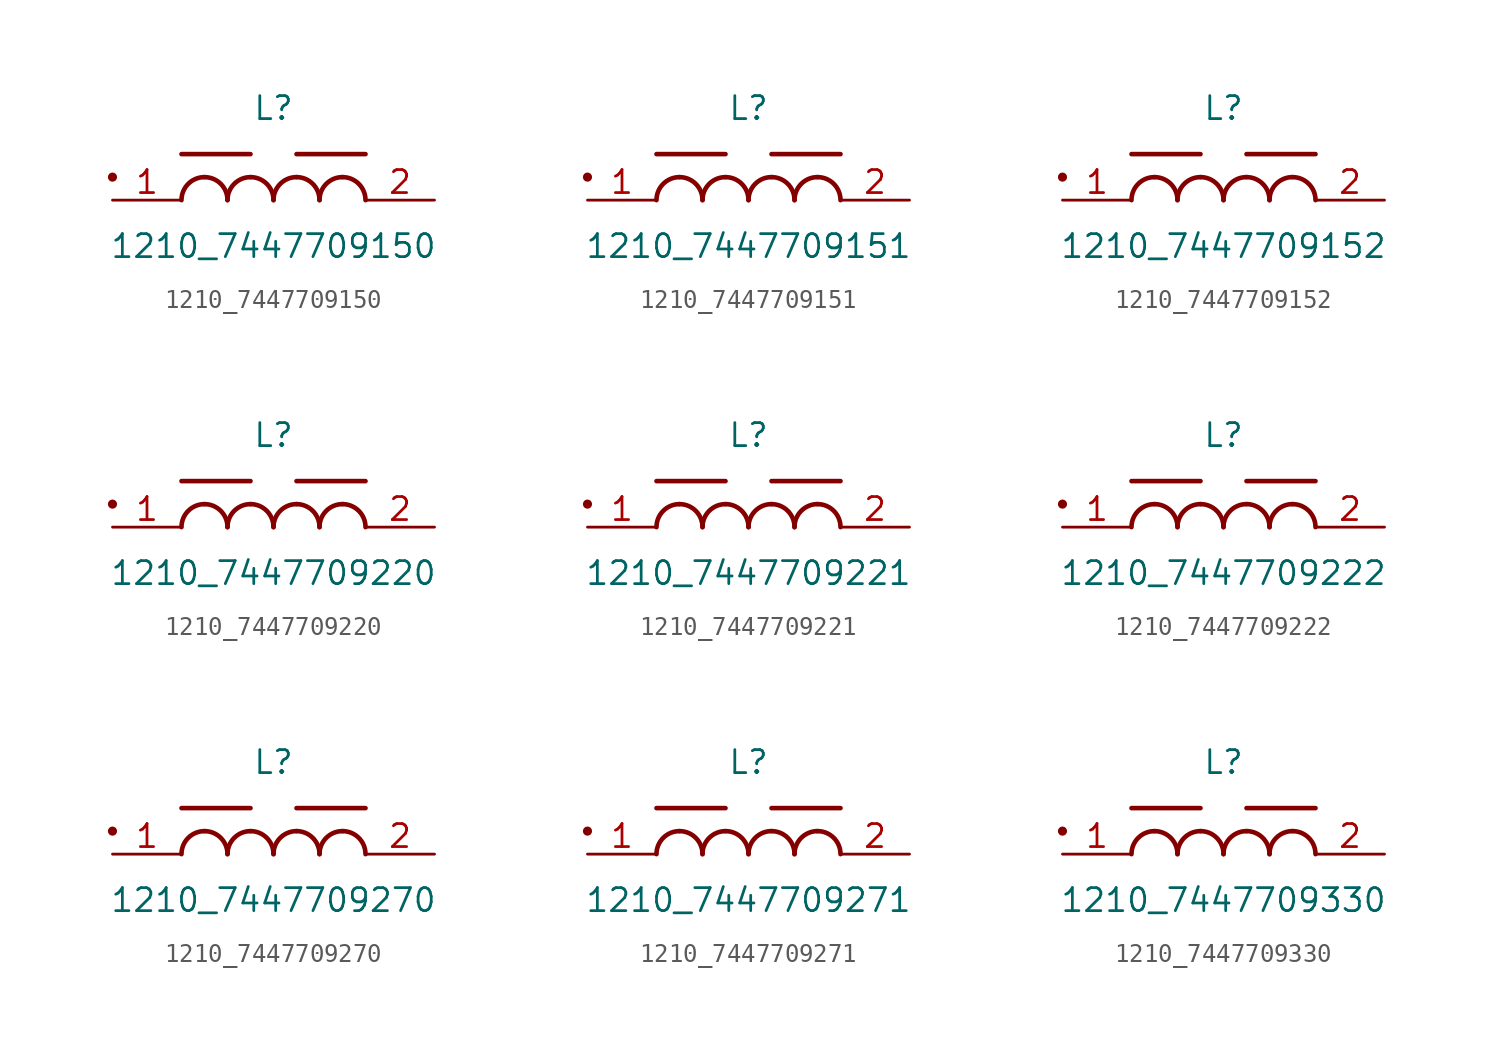
<source format=kicad_sym>
(kicad_symbol_lib
  (version 20211014)
  (generator kicad_symbol_editor)
  (symbol "Inductor_Wurth_WE-PD:1210_7447709150"
    (pin_names hide)
    (property "Reference" "L"
      (at 0 5.08 0)
      (effects (font (size 1.27 1.27))))
    (property "Value" "1210_7447709150"
      (at 0 -2.54 0)
      (effects (font (size 1.27 1.27))))
    (symbol "1210_7447709150_0_1"
      (circle (center -8.89 1.27) (radius 0.0001) (stroke (width 0.254)) (stroke (width 0.254) (type default) (color 0 0 0 0)) (fill (type none)))
      (arc (start -3.81 1.27) (mid -4.708 0.898) (end -5.08 0) (stroke (width 0.254) (type default) (color 0 0 0 0)) (fill (type none)))
      (arc (start -2.54 0) (mid -2.912 0.898) (end -3.81 1.27) (stroke (width 0.254) (type default) (color 0 0 0 0)) (fill (type none)))
      (arc (start -1.2699 1.2701) (mid -2.1679 0.8981) (end -2.5399 0.0001) (stroke (width 0.254) (type default) (color 0 0 0 0)) (fill (type none)))
      (polyline (pts (xy -5.08 2.54) (xy -1.27 2.54)) (stroke (width 0.254) (type default) (color 0 0 0 0)) (fill (type none)))
      (polyline (pts (xy 5.08 2.54) (xy 1.27 2.54)) (stroke (width 0.254) (type default) (color 0 0 0 0)) (fill (type none)))
      (arc (start 0.0001 0.0001) (mid -0.3719 0.8981) (end -1.2699 1.2701) (stroke (width 0.254) (type default) (color 0 0 0 0)) (fill (type none)))
      (arc (start 1.2701 1.2701) (mid 0.3721 0.8981) (end 0.0001 0.0001) (stroke (width 0.254) (type default) (color 0 0 0 0)) (fill (type none)))
      (arc (start 2.5401 0.0001) (mid 2.1681 0.8981) (end 1.2701 1.2701) (stroke (width 0.254) (type default) (color 0 0 0 0)) (fill (type none)))
      (arc (start 3.8101 1.2701) (mid 2.9121 0.8981) (end 2.5401 0.0001) (stroke (width 0.254) (type default) (color 0 0 0 0)) (fill (type none)))
      (arc (start 5.0801 0.0001) (mid 4.7081 0.8981) (end 3.8101 1.2701) (stroke (width 0.254) (type default) (color 0 0 0 0)) (fill (type none))))
    (symbol "1210_7447709150_1_1"
      (pin passive line (at -8.89 0 0) (length 3.81) (name "1" (effects (font (size 1.27 1.27)))) (number "1" (effects (font (size 1.27 1.27)))))
      (pin passive line (at 8.89 0 180) (length 3.81) (name "2" (effects (font (size 1.27 1.27)))) (number "2" (effects (font (size 1.27 1.27)))))))
  (symbol "Inductor_Wurth_WE-PD:1210_7447709151"
    (pin_names hide)
    (property "Reference" "L"
      (at 0 5.08 0)
      (effects (font (size 1.27 1.27))))
    (property "Value" "1210_7447709151"
      (at 0 -2.54 0)
      (effects (font (size 1.27 1.27))))
    (symbol "1210_7447709151_0_1"
      (circle (center -8.89 1.27) (radius 0.0001) (stroke (width 0.254)) (stroke (width 0.254) (type default) (color 0 0 0 0)) (fill (type none)))
      (arc (start -3.81 1.27) (mid -4.708 0.898) (end -5.08 0) (stroke (width 0.254) (type default) (color 0 0 0 0)) (fill (type none)))
      (arc (start -2.54 0) (mid -2.912 0.898) (end -3.81 1.27) (stroke (width 0.254) (type default) (color 0 0 0 0)) (fill (type none)))
      (arc (start -1.2699 1.2701) (mid -2.1679 0.8981) (end -2.5399 0.0001) (stroke (width 0.254) (type default) (color 0 0 0 0)) (fill (type none)))
      (polyline (pts (xy -5.08 2.54) (xy -1.27 2.54)) (stroke (width 0.254) (type default) (color 0 0 0 0)) (fill (type none)))
      (polyline (pts (xy 5.08 2.54) (xy 1.27 2.54)) (stroke (width 0.254) (type default) (color 0 0 0 0)) (fill (type none)))
      (arc (start 0.0001 0.0001) (mid -0.3719 0.8981) (end -1.2699 1.2701) (stroke (width 0.254) (type default) (color 0 0 0 0)) (fill (type none)))
      (arc (start 1.2701 1.2701) (mid 0.3721 0.8981) (end 0.0001 0.0001) (stroke (width 0.254) (type default) (color 0 0 0 0)) (fill (type none)))
      (arc (start 2.5401 0.0001) (mid 2.1681 0.8981) (end 1.2701 1.2701) (stroke (width 0.254) (type default) (color 0 0 0 0)) (fill (type none)))
      (arc (start 3.8101 1.2701) (mid 2.9121 0.8981) (end 2.5401 0.0001) (stroke (width 0.254) (type default) (color 0 0 0 0)) (fill (type none)))
      (arc (start 5.0801 0.0001) (mid 4.7081 0.8981) (end 3.8101 1.2701) (stroke (width 0.254) (type default) (color 0 0 0 0)) (fill (type none))))
    (symbol "1210_7447709151_1_1"
      (pin passive line (at -8.89 0 0) (length 3.81) (name "1" (effects (font (size 1.27 1.27)))) (number "1" (effects (font (size 1.27 1.27)))))
      (pin passive line (at 8.89 0 180) (length 3.81) (name "2" (effects (font (size 1.27 1.27)))) (number "2" (effects (font (size 1.27 1.27)))))))
  (symbol "Inductor_Wurth_WE-PD:1210_7447709152"
    (pin_names hide)
    (property "Reference" "L"
      (at 0 5.08 0)
      (effects (font (size 1.27 1.27))))
    (property "Value" "1210_7447709152"
      (at 0 -2.54 0)
      (effects (font (size 1.27 1.27))))
    (symbol "1210_7447709152_0_1"
      (circle (center -8.89 1.27) (radius 0.0001) (stroke (width 0.254)) (stroke (width 0.254) (type default) (color 0 0 0 0)) (fill (type none)))
      (arc (start -3.81 1.27) (mid -4.708 0.898) (end -5.08 0) (stroke (width 0.254) (type default) (color 0 0 0 0)) (fill (type none)))
      (arc (start -2.54 0) (mid -2.912 0.898) (end -3.81 1.27) (stroke (width 0.254) (type default) (color 0 0 0 0)) (fill (type none)))
      (arc (start -1.2699 1.2701) (mid -2.1679 0.8981) (end -2.5399 0.0001) (stroke (width 0.254) (type default) (color 0 0 0 0)) (fill (type none)))
      (polyline (pts (xy -5.08 2.54) (xy -1.27 2.54)) (stroke (width 0.254) (type default) (color 0 0 0 0)) (fill (type none)))
      (polyline (pts (xy 5.08 2.54) (xy 1.27 2.54)) (stroke (width 0.254) (type default) (color 0 0 0 0)) (fill (type none)))
      (arc (start 0.0001 0.0001) (mid -0.3719 0.8981) (end -1.2699 1.2701) (stroke (width 0.254) (type default) (color 0 0 0 0)) (fill (type none)))
      (arc (start 1.2701 1.2701) (mid 0.3721 0.8981) (end 0.0001 0.0001) (stroke (width 0.254) (type default) (color 0 0 0 0)) (fill (type none)))
      (arc (start 2.5401 0.0001) (mid 2.1681 0.8981) (end 1.2701 1.2701) (stroke (width 0.254) (type default) (color 0 0 0 0)) (fill (type none)))
      (arc (start 3.8101 1.2701) (mid 2.9121 0.8981) (end 2.5401 0.0001) (stroke (width 0.254) (type default) (color 0 0 0 0)) (fill (type none)))
      (arc (start 5.0801 0.0001) (mid 4.7081 0.8981) (end 3.8101 1.2701) (stroke (width 0.254) (type default) (color 0 0 0 0)) (fill (type none))))
    (symbol "1210_7447709152_1_1"
      (pin passive line (at -8.89 0 0) (length 3.81) (name "1" (effects (font (size 1.27 1.27)))) (number "1" (effects (font (size 1.27 1.27)))))
      (pin passive line (at 8.89 0 180) (length 3.81) (name "2" (effects (font (size 1.27 1.27)))) (number "2" (effects (font (size 1.27 1.27)))))))
  (symbol "Inductor_Wurth_WE-PD:1210_7447709220"
    (pin_names hide)
    (property "Reference" "L"
      (at 0 5.08 0)
      (effects (font (size 1.27 1.27))))
    (property "Value" "1210_7447709220"
      (at 0 -2.54 0)
      (effects (font (size 1.27 1.27))))
    (symbol "1210_7447709220_0_1"
      (circle (center -8.89 1.27) (radius 0.0001) (stroke (width 0.254)) (stroke (width 0.254) (type default) (color 0 0 0 0)) (fill (type none)))
      (arc (start -3.81 1.27) (mid -4.708 0.898) (end -5.08 0) (stroke (width 0.254) (type default) (color 0 0 0 0)) (fill (type none)))
      (arc (start -2.54 0) (mid -2.912 0.898) (end -3.81 1.27) (stroke (width 0.254) (type default) (color 0 0 0 0)) (fill (type none)))
      (arc (start -1.2699 1.2701) (mid -2.1679 0.8981) (end -2.5399 0.0001) (stroke (width 0.254) (type default) (color 0 0 0 0)) (fill (type none)))
      (polyline (pts (xy -5.08 2.54) (xy -1.27 2.54)) (stroke (width 0.254) (type default) (color 0 0 0 0)) (fill (type none)))
      (polyline (pts (xy 5.08 2.54) (xy 1.27 2.54)) (stroke (width 0.254) (type default) (color 0 0 0 0)) (fill (type none)))
      (arc (start 0.0001 0.0001) (mid -0.3719 0.8981) (end -1.2699 1.2701) (stroke (width 0.254) (type default) (color 0 0 0 0)) (fill (type none)))
      (arc (start 1.2701 1.2701) (mid 0.3721 0.8981) (end 0.0001 0.0001) (stroke (width 0.254) (type default) (color 0 0 0 0)) (fill (type none)))
      (arc (start 2.5401 0.0001) (mid 2.1681 0.8981) (end 1.2701 1.2701) (stroke (width 0.254) (type default) (color 0 0 0 0)) (fill (type none)))
      (arc (start 3.8101 1.2701) (mid 2.9121 0.8981) (end 2.5401 0.0001) (stroke (width 0.254) (type default) (color 0 0 0 0)) (fill (type none)))
      (arc (start 5.0801 0.0001) (mid 4.7081 0.8981) (end 3.8101 1.2701) (stroke (width 0.254) (type default) (color 0 0 0 0)) (fill (type none))))
    (symbol "1210_7447709220_1_1"
      (pin passive line (at -8.89 0 0) (length 3.81) (name "1" (effects (font (size 1.27 1.27)))) (number "1" (effects (font (size 1.27 1.27)))))
      (pin passive line (at 8.89 0 180) (length 3.81) (name "2" (effects (font (size 1.27 1.27)))) (number "2" (effects (font (size 1.27 1.27)))))))
  (symbol "Inductor_Wurth_WE-PD:1210_7447709221"
    (pin_names hide)
    (property "Reference" "L"
      (at 0 5.08 0)
      (effects (font (size 1.27 1.27))))
    (property "Value" "1210_7447709221"
      (at 0 -2.54 0)
      (effects (font (size 1.27 1.27))))
    (symbol "1210_7447709221_0_1"
      (circle (center -8.89 1.27) (radius 0.0001) (stroke (width 0.254)) (stroke (width 0.254) (type default) (color 0 0 0 0)) (fill (type none)))
      (arc (start -3.81 1.27) (mid -4.708 0.898) (end -5.08 0) (stroke (width 0.254) (type default) (color 0 0 0 0)) (fill (type none)))
      (arc (start -2.54 0) (mid -2.912 0.898) (end -3.81 1.27) (stroke (width 0.254) (type default) (color 0 0 0 0)) (fill (type none)))
      (arc (start -1.2699 1.2701) (mid -2.1679 0.8981) (end -2.5399 0.0001) (stroke (width 0.254) (type default) (color 0 0 0 0)) (fill (type none)))
      (polyline (pts (xy -5.08 2.54) (xy -1.27 2.54)) (stroke (width 0.254) (type default) (color 0 0 0 0)) (fill (type none)))
      (polyline (pts (xy 5.08 2.54) (xy 1.27 2.54)) (stroke (width 0.254) (type default) (color 0 0 0 0)) (fill (type none)))
      (arc (start 0.0001 0.0001) (mid -0.3719 0.8981) (end -1.2699 1.2701) (stroke (width 0.254) (type default) (color 0 0 0 0)) (fill (type none)))
      (arc (start 1.2701 1.2701) (mid 0.3721 0.8981) (end 0.0001 0.0001) (stroke (width 0.254) (type default) (color 0 0 0 0)) (fill (type none)))
      (arc (start 2.5401 0.0001) (mid 2.1681 0.8981) (end 1.2701 1.2701) (stroke (width 0.254) (type default) (color 0 0 0 0)) (fill (type none)))
      (arc (start 3.8101 1.2701) (mid 2.9121 0.8981) (end 2.5401 0.0001) (stroke (width 0.254) (type default) (color 0 0 0 0)) (fill (type none)))
      (arc (start 5.0801 0.0001) (mid 4.7081 0.8981) (end 3.8101 1.2701) (stroke (width 0.254) (type default) (color 0 0 0 0)) (fill (type none))))
    (symbol "1210_7447709221_1_1"
      (pin passive line (at -8.89 0 0) (length 3.81) (name "1" (effects (font (size 1.27 1.27)))) (number "1" (effects (font (size 1.27 1.27)))))
      (pin passive line (at 8.89 0 180) (length 3.81) (name "2" (effects (font (size 1.27 1.27)))) (number "2" (effects (font (size 1.27 1.27)))))))
  (symbol "Inductor_Wurth_WE-PD:1210_7447709222"
    (pin_names hide)
    (property "Reference" "L"
      (at 0 5.08 0)
      (effects (font (size 1.27 1.27))))
    (property "Value" "1210_7447709222"
      (at 0 -2.54 0)
      (effects (font (size 1.27 1.27))))
    (symbol "1210_7447709222_0_1"
      (circle (center -8.89 1.27) (radius 0.0001) (stroke (width 0.254)) (stroke (width 0.254) (type default) (color 0 0 0 0)) (fill (type none)))
      (arc (start -3.81 1.27) (mid -4.708 0.898) (end -5.08 0) (stroke (width 0.254) (type default) (color 0 0 0 0)) (fill (type none)))
      (arc (start -2.54 0) (mid -2.912 0.898) (end -3.81 1.27) (stroke (width 0.254) (type default) (color 0 0 0 0)) (fill (type none)))
      (arc (start -1.2699 1.2701) (mid -2.1679 0.8981) (end -2.5399 0.0001) (stroke (width 0.254) (type default) (color 0 0 0 0)) (fill (type none)))
      (polyline (pts (xy -5.08 2.54) (xy -1.27 2.54)) (stroke (width 0.254) (type default) (color 0 0 0 0)) (fill (type none)))
      (polyline (pts (xy 5.08 2.54) (xy 1.27 2.54)) (stroke (width 0.254) (type default) (color 0 0 0 0)) (fill (type none)))
      (arc (start 0.0001 0.0001) (mid -0.3719 0.8981) (end -1.2699 1.2701) (stroke (width 0.254) (type default) (color 0 0 0 0)) (fill (type none)))
      (arc (start 1.2701 1.2701) (mid 0.3721 0.8981) (end 0.0001 0.0001) (stroke (width 0.254) (type default) (color 0 0 0 0)) (fill (type none)))
      (arc (start 2.5401 0.0001) (mid 2.1681 0.8981) (end 1.2701 1.2701) (stroke (width 0.254) (type default) (color 0 0 0 0)) (fill (type none)))
      (arc (start 3.8101 1.2701) (mid 2.9121 0.8981) (end 2.5401 0.0001) (stroke (width 0.254) (type default) (color 0 0 0 0)) (fill (type none)))
      (arc (start 5.0801 0.0001) (mid 4.7081 0.8981) (end 3.8101 1.2701) (stroke (width 0.254) (type default) (color 0 0 0 0)) (fill (type none))))
    (symbol "1210_7447709222_1_1"
      (pin passive line (at -8.89 0 0) (length 3.81) (name "1" (effects (font (size 1.27 1.27)))) (number "1" (effects (font (size 1.27 1.27)))))
      (pin passive line (at 8.89 0 180) (length 3.81) (name "2" (effects (font (size 1.27 1.27)))) (number "2" (effects (font (size 1.27 1.27)))))))
  (symbol "Inductor_Wurth_WE-PD:1210_7447709270"
    (pin_names hide)
    (property "Reference" "L"
      (at 0 5.08 0)
      (effects (font (size 1.27 1.27))))
    (property "Value" "1210_7447709270"
      (at 0 -2.54 0)
      (effects (font (size 1.27 1.27))))
    (symbol "1210_7447709270_0_1"
      (circle (center -8.89 1.27) (radius 0.0001) (stroke (width 0.254)) (stroke (width 0.254) (type default) (color 0 0 0 0)) (fill (type none)))
      (arc (start -3.81 1.27) (mid -4.708 0.898) (end -5.08 0) (stroke (width 0.254) (type default) (color 0 0 0 0)) (fill (type none)))
      (arc (start -2.54 0) (mid -2.912 0.898) (end -3.81 1.27) (stroke (width 0.254) (type default) (color 0 0 0 0)) (fill (type none)))
      (arc (start -1.2699 1.2701) (mid -2.1679 0.8981) (end -2.5399 0.0001) (stroke (width 0.254) (type default) (color 0 0 0 0)) (fill (type none)))
      (polyline (pts (xy -5.08 2.54) (xy -1.27 2.54)) (stroke (width 0.254) (type default) (color 0 0 0 0)) (fill (type none)))
      (polyline (pts (xy 5.08 2.54) (xy 1.27 2.54)) (stroke (width 0.254) (type default) (color 0 0 0 0)) (fill (type none)))
      (arc (start 0.0001 0.0001) (mid -0.3719 0.8981) (end -1.2699 1.2701) (stroke (width 0.254) (type default) (color 0 0 0 0)) (fill (type none)))
      (arc (start 1.2701 1.2701) (mid 0.3721 0.8981) (end 0.0001 0.0001) (stroke (width 0.254) (type default) (color 0 0 0 0)) (fill (type none)))
      (arc (start 2.5401 0.0001) (mid 2.1681 0.8981) (end 1.2701 1.2701) (stroke (width 0.254) (type default) (color 0 0 0 0)) (fill (type none)))
      (arc (start 3.8101 1.2701) (mid 2.9121 0.8981) (end 2.5401 0.0001) (stroke (width 0.254) (type default) (color 0 0 0 0)) (fill (type none)))
      (arc (start 5.0801 0.0001) (mid 4.7081 0.8981) (end 3.8101 1.2701) (stroke (width 0.254) (type default) (color 0 0 0 0)) (fill (type none))))
    (symbol "1210_7447709270_1_1"
      (pin passive line (at -8.89 0 0) (length 3.81) (name "1" (effects (font (size 1.27 1.27)))) (number "1" (effects (font (size 1.27 1.27)))))
      (pin passive line (at 8.89 0 180) (length 3.81) (name "2" (effects (font (size 1.27 1.27)))) (number "2" (effects (font (size 1.27 1.27)))))))
  (symbol "Inductor_Wurth_WE-PD:1210_7447709271"
    (pin_names hide)
    (property "Reference" "L"
      (at 0 5.08 0)
      (effects (font (size 1.27 1.27))))
    (property "Value" "1210_7447709271"
      (at 0 -2.54 0)
      (effects (font (size 1.27 1.27))))
    (symbol "1210_7447709271_0_1"
      (circle (center -8.89 1.27) (radius 0.0001) (stroke (width 0.254)) (stroke (width 0.254) (type default) (color 0 0 0 0)) (fill (type none)))
      (arc (start -3.81 1.27) (mid -4.708 0.898) (end -5.08 0) (stroke (width 0.254) (type default) (color 0 0 0 0)) (fill (type none)))
      (arc (start -2.54 0) (mid -2.912 0.898) (end -3.81 1.27) (stroke (width 0.254) (type default) (color 0 0 0 0)) (fill (type none)))
      (arc (start -1.2699 1.2701) (mid -2.1679 0.8981) (end -2.5399 0.0001) (stroke (width 0.254) (type default) (color 0 0 0 0)) (fill (type none)))
      (polyline (pts (xy -5.08 2.54) (xy -1.27 2.54)) (stroke (width 0.254) (type default) (color 0 0 0 0)) (fill (type none)))
      (polyline (pts (xy 5.08 2.54) (xy 1.27 2.54)) (stroke (width 0.254) (type default) (color 0 0 0 0)) (fill (type none)))
      (arc (start 0.0001 0.0001) (mid -0.3719 0.8981) (end -1.2699 1.2701) (stroke (width 0.254) (type default) (color 0 0 0 0)) (fill (type none)))
      (arc (start 1.2701 1.2701) (mid 0.3721 0.8981) (end 0.0001 0.0001) (stroke (width 0.254) (type default) (color 0 0 0 0)) (fill (type none)))
      (arc (start 2.5401 0.0001) (mid 2.1681 0.8981) (end 1.2701 1.2701) (stroke (width 0.254) (type default) (color 0 0 0 0)) (fill (type none)))
      (arc (start 3.8101 1.2701) (mid 2.9121 0.8981) (end 2.5401 0.0001) (stroke (width 0.254) (type default) (color 0 0 0 0)) (fill (type none)))
      (arc (start 5.0801 0.0001) (mid 4.7081 0.8981) (end 3.8101 1.2701) (stroke (width 0.254) (type default) (color 0 0 0 0)) (fill (type none))))
    (symbol "1210_7447709271_1_1"
      (pin passive line (at -8.89 0 0) (length 3.81) (name "1" (effects (font (size 1.27 1.27)))) (number "1" (effects (font (size 1.27 1.27)))))
      (pin passive line (at 8.89 0 180) (length 3.81) (name "2" (effects (font (size 1.27 1.27)))) (number "2" (effects (font (size 1.27 1.27)))))))
  (symbol "Inductor_Wurth_WE-PD:1210_7447709330"
    (pin_names hide)
    (property "Reference" "L"
      (at 0 5.08 0)
      (effects (font (size 1.27 1.27))))
    (property "Value" "1210_7447709330"
      (at 0 -2.54 0)
      (effects (font (size 1.27 1.27))))
    (symbol "1210_7447709330_0_1"
      (circle (center -8.89 1.27) (radius 0.0001) (stroke (width 0.254)) (stroke (width 0.254) (type default) (color 0 0 0 0)) (fill (type none)))
      (arc (start -3.81 1.27) (mid -4.708 0.898) (end -5.08 0) (stroke (width 0.254) (type default) (color 0 0 0 0)) (fill (type none)))
      (arc (start -2.54 0) (mid -2.912 0.898) (end -3.81 1.27) (stroke (width 0.254) (type default) (color 0 0 0 0)) (fill (type none)))
      (arc (start -1.2699 1.2701) (mid -2.1679 0.8981) (end -2.5399 0.0001) (stroke (width 0.254) (type default) (color 0 0 0 0)) (fill (type none)))
      (polyline (pts (xy -5.08 2.54) (xy -1.27 2.54)) (stroke (width 0.254) (type default) (color 0 0 0 0)) (fill (type none)))
      (polyline (pts (xy 5.08 2.54) (xy 1.27 2.54)) (stroke (width 0.254) (type default) (color 0 0 0 0)) (fill (type none)))
      (arc (start 0.0001 0.0001) (mid -0.3719 0.8981) (end -1.2699 1.2701) (stroke (width 0.254) (type default) (color 0 0 0 0)) (fill (type none)))
      (arc (start 1.2701 1.2701) (mid 0.3721 0.8981) (end 0.0001 0.0001) (stroke (width 0.254) (type default) (color 0 0 0 0)) (fill (type none)))
      (arc (start 2.5401 0.0001) (mid 2.1681 0.8981) (end 1.2701 1.2701) (stroke (width 0.254) (type default) (color 0 0 0 0)) (fill (type none)))
      (arc (start 3.8101 1.2701) (mid 2.9121 0.8981) (end 2.5401 0.0001) (stroke (width 0.254) (type default) (color 0 0 0 0)) (fill (type none)))
      (arc (start 5.0801 0.0001) (mid 4.7081 0.8981) (end 3.8101 1.2701) (stroke (width 0.254) (type default) (color 0 0 0 0)) (fill (type none))))
    (symbol "1210_7447709330_1_1"
      (pin passive line (at -8.89 0 0) (length 3.81) (name "1" (effects (font (size 1.27 1.27)))) (number "1" (effects (font (size 1.27 1.27)))))
      (pin passive line (at 8.89 0 180) (length 3.81) (name "2" (effects (font (size 1.27 1.27)))) (number "2" (effects (font (size 1.27 1.27))))))))
</source>
